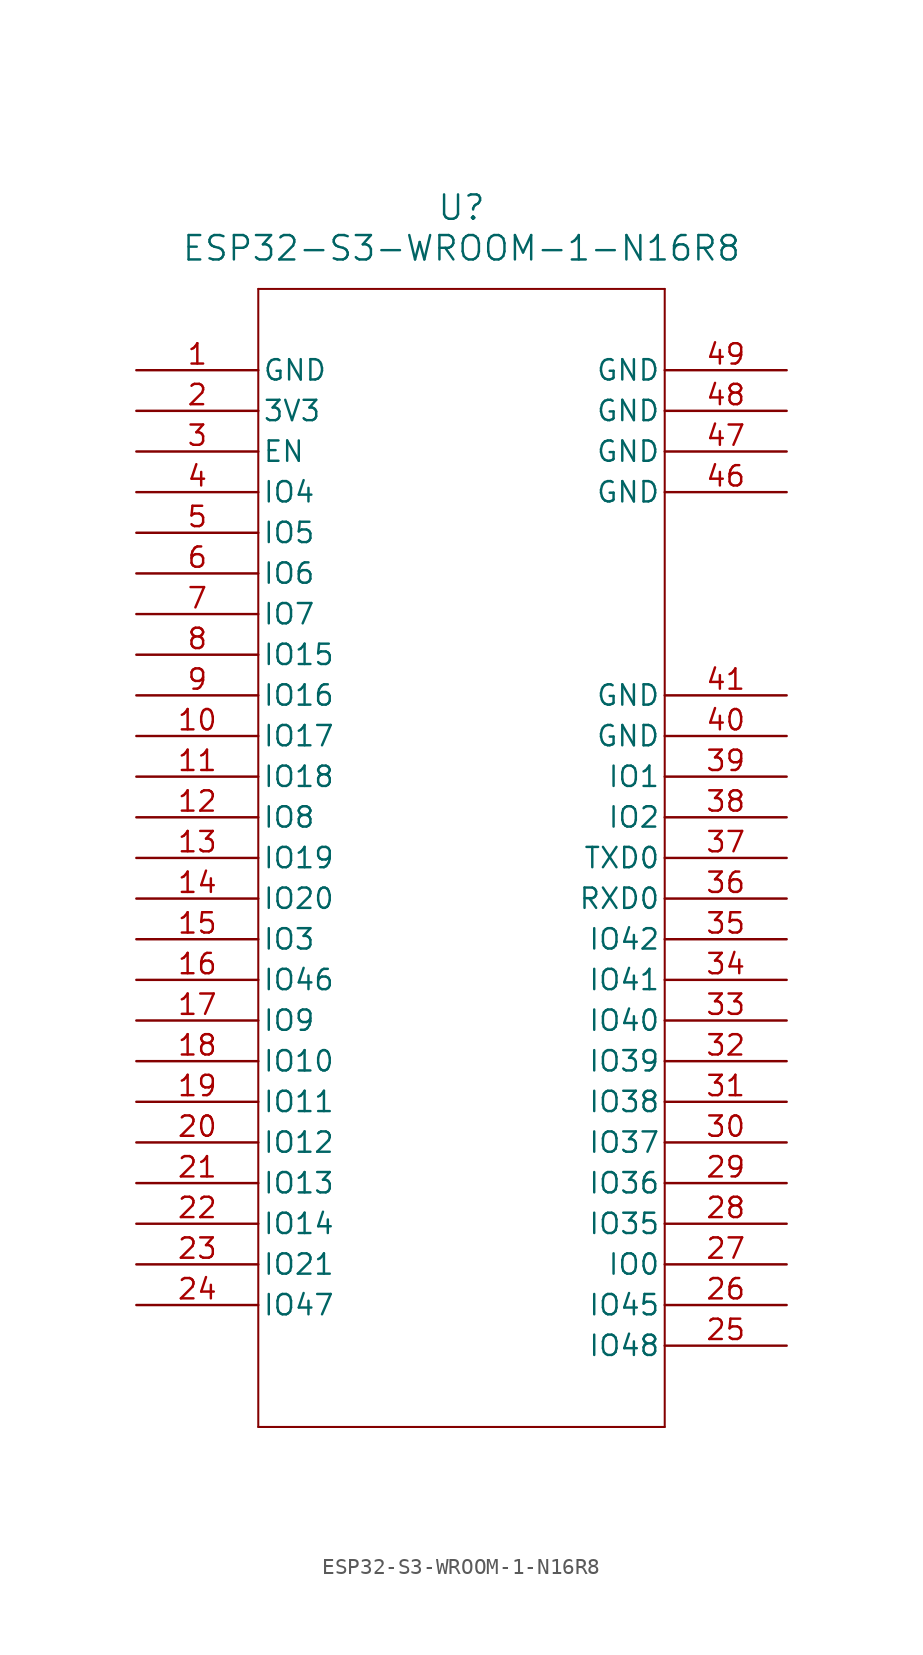
<source format=kicad_sym>
(kicad_symbol_lib
  (version 20211014)
  (generator kicad_symbol_editor)
  (symbol "ESP32-S3-WROOM-1-N16R8"
    (pin_names
      (offset 0.254))
    (property "Reference" "U"
      (at 20.32 10.16 0)
      (effects (font (size 1.524 1.524))))
    (property "Value" "ESP32-S3-WROOM-1-N16R8"
      (at 20.32 7.62 0)
      (effects (font (size 1.524 1.524))))
    (symbol "ESP32-S3-WROOM-1-N16R8_0_1"
      (polyline (pts (xy 7.62 5.08) (xy 7.62 -66.04)) (stroke (width 0.127) (type default) (color 0 0 0 0)) (fill (type none)))
      (polyline (pts (xy 7.62 -66.04) (xy 33.02 -66.04)) (stroke (width 0.127) (type default) (color 0 0 0 0)) (fill (type none)))
      (polyline (pts (xy 33.02 -66.04) (xy 33.02 5.08)) (stroke (width 0.127) (type default) (color 0 0 0 0)) (fill (type none)))
      (polyline (pts (xy 33.02 5.08) (xy 7.62 5.08)) (stroke (width 0.127) (type default) (color 0 0 0 0)) (fill (type none)))
      (pin power_out line (at 0 0 0) (length 7.62) (name "GND" (effects (font (size 1.27 1.27)))) (number "1" (effects (font (size 1.27 1.27)))))
      (pin power_in line (at 0 -2.54 0) (length 7.62) (name "3V3" (effects (font (size 1.27 1.27)))) (number "2" (effects (font (size 1.27 1.27)))))
      (pin input line (at 0 -5.08 0) (length 7.62) (name "EN" (effects (font (size 1.27 1.27)))) (number "3" (effects (font (size 1.27 1.27)))))
      (pin bidirectional line (at 0 -7.62 0) (length 7.62) (name "IO4" (effects (font (size 1.27 1.27)))) (number "4" (effects (font (size 1.27 1.27)))))
      (pin bidirectional line (at 0 -10.16 0) (length 7.62) (name "IO5" (effects (font (size 1.27 1.27)))) (number "5" (effects (font (size 1.27 1.27)))))
      (pin bidirectional line (at 0 -12.7 0) (length 7.62) (name "IO6" (effects (font (size 1.27 1.27)))) (number "6" (effects (font (size 1.27 1.27)))))
      (pin bidirectional line (at 0 -15.24 0) (length 7.62) (name "IO7" (effects (font (size 1.27 1.27)))) (number "7" (effects (font (size 1.27 1.27)))))
      (pin bidirectional line (at 0 -17.78 0) (length 7.62) (name "IO15" (effects (font (size 1.27 1.27)))) (number "8" (effects (font (size 1.27 1.27)))))
      (pin bidirectional line (at 0 -20.32 0) (length 7.62) (name "IO16" (effects (font (size 1.27 1.27)))) (number "9" (effects (font (size 1.27 1.27)))))
      (pin bidirectional line (at 0 -22.86 0) (length 7.62) (name "IO17" (effects (font (size 1.27 1.27)))) (number "10" (effects (font (size 1.27 1.27)))))
      (pin bidirectional line (at 0 -25.4 0) (length 7.62) (name "IO18" (effects (font (size 1.27 1.27)))) (number "11" (effects (font (size 1.27 1.27)))))
      (pin bidirectional line (at 0 -27.94 0) (length 7.62) (name "IO8" (effects (font (size 1.27 1.27)))) (number "12" (effects (font (size 1.27 1.27)))))
      (pin bidirectional line (at 0 -30.48 0) (length 7.62) (name "IO19" (effects (font (size 1.27 1.27)))) (number "13" (effects (font (size 1.27 1.27)))))
      (pin bidirectional line (at 0 -33.02 0) (length 7.62) (name "IO20" (effects (font (size 1.27 1.27)))) (number "14" (effects (font (size 1.27 1.27)))))
      (pin bidirectional line (at 0 -35.56 0) (length 7.62) (name "IO3" (effects (font (size 1.27 1.27)))) (number "15" (effects (font (size 1.27 1.27)))))
      (pin bidirectional line (at 0 -38.1 0) (length 7.62) (name "IO46" (effects (font (size 1.27 1.27)))) (number "16" (effects (font (size 1.27 1.27)))))
      (pin bidirectional line (at 0 -40.64 0) (length 7.62) (name "IO9" (effects (font (size 1.27 1.27)))) (number "17" (effects (font (size 1.27 1.27)))))
      (pin bidirectional line (at 0 -43.18 0) (length 7.62) (name "IO10" (effects (font (size 1.27 1.27)))) (number "18" (effects (font (size 1.27 1.27)))))
      (pin bidirectional line (at 0 -45.72 0) (length 7.62) (name "IO11" (effects (font (size 1.27 1.27)))) (number "19" (effects (font (size 1.27 1.27)))))
      (pin bidirectional line (at 0 -48.26 0) (length 7.62) (name "IO12" (effects (font (size 1.27 1.27)))) (number "20" (effects (font (size 1.27 1.27)))))
      (pin bidirectional line (at 0 -50.8 0) (length 7.62) (name "IO13" (effects (font (size 1.27 1.27)))) (number "21" (effects (font (size 1.27 1.27)))))
      (pin bidirectional line (at 0 -53.34 0) (length 7.62) (name "IO14" (effects (font (size 1.27 1.27)))) (number "22" (effects (font (size 1.27 1.27)))))
      (pin bidirectional line (at 0 -55.88 0) (length 7.62) (name "IO21" (effects (font (size 1.27 1.27)))) (number "23" (effects (font (size 1.27 1.27)))))
      (pin bidirectional line (at 0 -58.42 0) (length 7.62) (name "IO47" (effects (font (size 1.27 1.27)))) (number "24" (effects (font (size 1.27 1.27)))))
      (pin bidirectional line (at 40.64 -60.96 180) (length 7.62) (name "IO48" (effects (font (size 1.27 1.27)))) (number "25" (effects (font (size 1.27 1.27)))))
      (pin bidirectional line (at 40.64 -58.42 180) (length 7.62) (name "IO45" (effects (font (size 1.27 1.27)))) (number "26" (effects (font (size 1.27 1.27)))))
      (pin bidirectional line (at 40.64 -55.88 180) (length 7.62) (name "IO0" (effects (font (size 1.27 1.27)))) (number "27" (effects (font (size 1.27 1.27)))))
      (pin bidirectional line (at 40.64 -53.34 180) (length 7.62) (name "IO35" (effects (font (size 1.27 1.27)))) (number "28" (effects (font (size 1.27 1.27)))))
      (pin bidirectional line (at 40.64 -50.8 180) (length 7.62) (name "IO36" (effects (font (size 1.27 1.27)))) (number "29" (effects (font (size 1.27 1.27)))))
      (pin bidirectional line (at 40.64 -48.26 180) (length 7.62) (name "IO37" (effects (font (size 1.27 1.27)))) (number "30" (effects (font (size 1.27 1.27)))))
      (pin bidirectional line (at 40.64 -45.72 180) (length 7.62) (name "IO38" (effects (font (size 1.27 1.27)))) (number "31" (effects (font (size 1.27 1.27)))))
      (pin bidirectional line (at 40.64 -43.18 180) (length 7.62) (name "IO39" (effects (font (size 1.27 1.27)))) (number "32" (effects (font (size 1.27 1.27)))))
      (pin bidirectional line (at 40.64 -40.64 180) (length 7.62) (name "IO40" (effects (font (size 1.27 1.27)))) (number "33" (effects (font (size 1.27 1.27)))))
      (pin bidirectional line (at 40.64 -38.1 180) (length 7.62) (name "IO41" (effects (font (size 1.27 1.27)))) (number "34" (effects (font (size 1.27 1.27)))))
      (pin bidirectional line (at 40.64 -35.56 180) (length 7.62) (name "IO42" (effects (font (size 1.27 1.27)))) (number "35" (effects (font (size 1.27 1.27)))))
      (pin bidirectional line (at 40.64 -33.02 180) (length 7.62) (name "RXD0" (effects (font (size 1.27 1.27)))) (number "36" (effects (font (size 1.27 1.27)))))
      (pin bidirectional line (at 40.64 -30.48 180) (length 7.62) (name "TXD0" (effects (font (size 1.27 1.27)))) (number "37" (effects (font (size 1.27 1.27)))))
      (pin bidirectional line (at 40.64 -27.94 180) (length 7.62) (name "IO2" (effects (font (size 1.27 1.27)))) (number "38" (effects (font (size 1.27 1.27)))))
      (pin bidirectional line (at 40.64 -25.4 180) (length 7.62) (name "IO1" (effects (font (size 1.27 1.27)))) (number "39" (effects (font (size 1.27 1.27)))))
      (pin power_out line (at 40.64 -22.86 180) (length 7.62) (name "GND" (effects (font (size 1.27 1.27)))) (number "40" (effects (font (size 1.27 1.27)))))
      (pin power_out line (at 40.64 -20.32 180) (length 7.62) (name "GND" (effects (font (size 1.27 1.27)))) (number "41" (effects (font (size 1.27 1.27)))))
      (pin power_out line (at 40.64 -7.62 180) (length 7.62) (name "GND" (effects (font (size 1.27 1.27)))) (number "46" (effects (font (size 1.27 1.27)))))
      (pin power_out line (at 40.64 -5.08 180) (length 7.62) (name "GND" (effects (font (size 1.27 1.27)))) (number "47" (effects (font (size 1.27 1.27)))))
      (pin power_out line (at 40.64 -2.54 180) (length 7.62) (name "GND" (effects (font (size 1.27 1.27)))) (number "48" (effects (font (size 1.27 1.27)))))
      (pin power_out line (at 40.64 0 180) (length 7.62) (name "GND" (effects (font (size 1.27 1.27)))) (number "49" (effects (font (size 1.27 1.27))))))))
</source>
